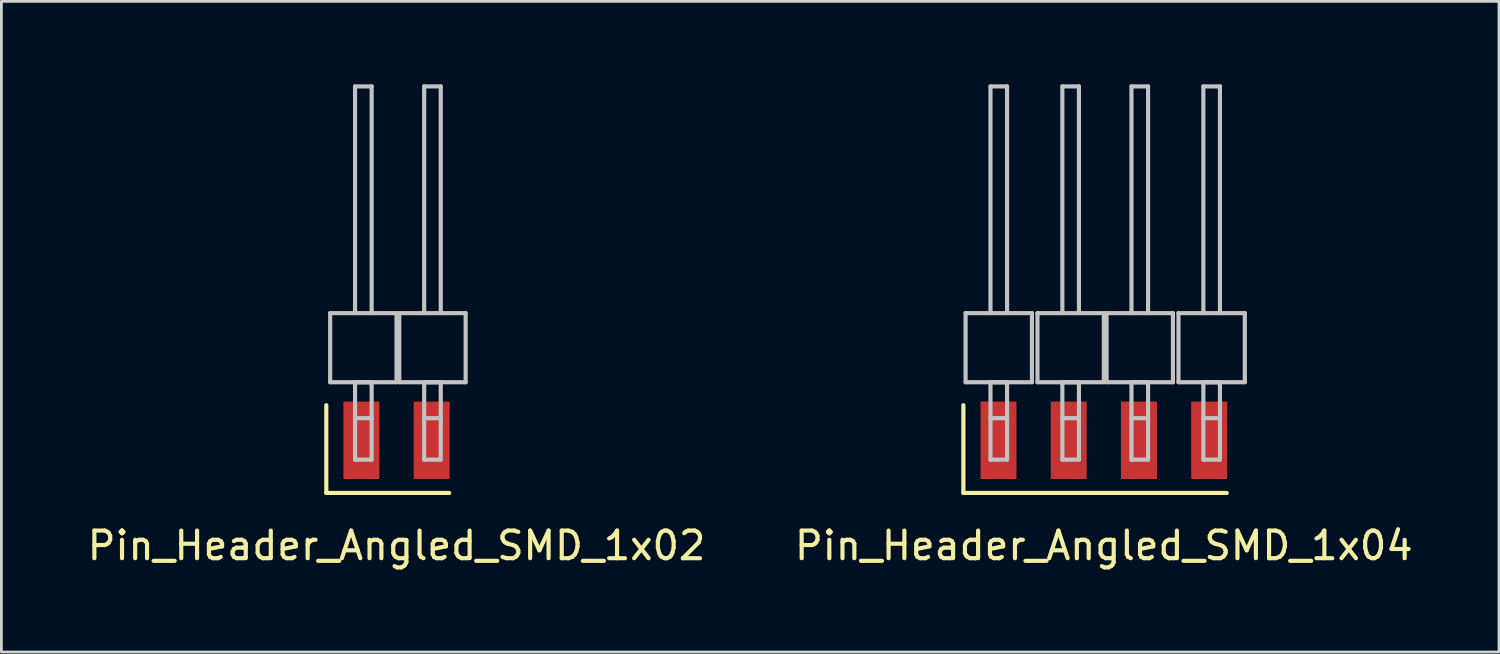
<source format=kicad_pcb>
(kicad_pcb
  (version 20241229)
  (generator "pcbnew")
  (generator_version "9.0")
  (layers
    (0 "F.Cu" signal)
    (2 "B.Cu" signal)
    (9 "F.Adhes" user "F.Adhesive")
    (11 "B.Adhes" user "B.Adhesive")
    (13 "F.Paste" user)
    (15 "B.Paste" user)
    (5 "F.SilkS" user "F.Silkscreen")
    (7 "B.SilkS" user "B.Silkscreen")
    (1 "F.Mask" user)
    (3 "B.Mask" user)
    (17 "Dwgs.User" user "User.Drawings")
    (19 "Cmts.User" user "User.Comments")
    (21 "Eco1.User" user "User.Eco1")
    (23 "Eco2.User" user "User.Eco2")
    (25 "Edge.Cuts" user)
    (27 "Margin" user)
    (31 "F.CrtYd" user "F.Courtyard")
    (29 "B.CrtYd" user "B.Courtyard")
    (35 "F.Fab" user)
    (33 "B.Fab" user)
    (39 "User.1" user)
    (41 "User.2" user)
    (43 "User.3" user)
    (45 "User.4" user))
  (footprint "Pin_Header_Angled_SMD_1x02"
    (layer "F.Cu")
    (at 11.292 12.875)
    (property "Reference" "Pin_Header_Angled_SMD_1x02" (at 0 3.81 0) (layer "F.SilkS") (effects (font (size 1 1) (thickness 0.15))))
    (attr through_hole)
    (fp_line (start -2.54 1.905) (end -2.54 -1.27) (stroke (width 0.15) (type solid)) (layer "F.SilkS"))
    (fp_line (start -1.5 -2.1) (end -0.9 -2.1) (stroke (width 0.15) (type solid)) (layer "F.SilkS"))
    (fp_line (start 1 -2.1) (end 1.6 -2.1) (stroke (width 0.15) (type solid)) (layer "F.SilkS"))
    (fp_line (start 1.905 1.905) (end -2.54 1.905) (stroke (width 0.15) (type solid)) (layer "F.SilkS"))
    (fp_line (start -2.4 -4.6) (end 0 -4.6) (stroke (width 0.15) (type solid)) (layer "Dwgs.User"))
    (fp_line (start -2.4 -2.1) (end -2.4 -4.6) (stroke (width 0.15) (type solid)) (layer "Dwgs.User"))
    (fp_line (start -2.4 -2.1) (end 0 -2.1) (stroke (width 0.15) (type solid)) (layer "Dwgs.User"))
    (fp_line (start -1.5 -12.8) (end -0.9 -12.8) (stroke (width 0.15) (type solid)) (layer "Dwgs.User"))
    (fp_line (start -1.5 -4.6) (end -1.5 -12.8) (stroke (width 0.15) (type solid)) (layer "Dwgs.User"))
    (fp_line (start -1.5 -0.8) (end -1.5 -2.1) (stroke (width 0.15) (type solid)) (layer "Dwgs.User"))
    (fp_line (start -1.5 0.7) (end -1.5 -0.8) (stroke (width 0.15) (type solid)) (layer "Dwgs.User"))
    (fp_line (start -1.5 0.7) (end -0.9 0.7) (stroke (width 0.15) (type solid)) (layer "Dwgs.User"))
    (fp_line (start -0.9 -12.8) (end -0.9 -4.6) (stroke (width 0.15) (type solid)) (layer "Dwgs.User"))
    (fp_line (start -0.9 -2.1) (end -0.9 -0.8) (stroke (width 0.15) (type solid)) (layer "Dwgs.User"))
    (fp_line (start -0.9 -0.8) (end -1.5 -0.8) (stroke (width 0.15) (type solid)) (layer "Dwgs.User"))
    (fp_line (start -0.9 0.7) (end -0.9 -0.8) (stroke (width 0.15) (type solid)) (layer "Dwgs.User"))
    (fp_line (start 0 -4.6) (end 0 -2.1) (stroke (width 0.15) (type solid)) (layer "Dwgs.User"))
    (fp_line (start 0.1 -4.6) (end 2.5 -4.6) (stroke (width 0.15) (type solid)) (layer "Dwgs.User"))
    (fp_line (start 0.1 -2.1) (end 0.1 -4.6) (stroke (width 0.15) (type solid)) (layer "Dwgs.User"))
    (fp_line (start 0.1 -2.1) (end 2.5 -2.1) (stroke (width 0.15) (type solid)) (layer "Dwgs.User"))
    (fp_line (start 1 -12.8) (end 1.6 -12.8) (stroke (width 0.15) (type solid)) (layer "Dwgs.User"))
    (fp_line (start 1 -4.6) (end 1 -12.8) (stroke (width 0.15) (type solid)) (layer "Dwgs.User"))
    (fp_line (start 1 -0.8) (end 1 -2.1) (stroke (width 0.15) (type solid)) (layer "Dwgs.User"))
    (fp_line (start 1 0.7) (end 1 -0.8) (stroke (width 0.15) (type solid)) (layer "Dwgs.User"))
    (fp_line (start 1 0.7) (end 1.6 0.7) (stroke (width 0.15) (type solid)) (layer "Dwgs.User"))
    (fp_line (start 1.6 -12.8) (end 1.6 -4.6) (stroke (width 0.15) (type solid)) (layer "Dwgs.User"))
    (fp_line (start 1.6 -2.1) (end 1.6 -0.8) (stroke (width 0.15) (type solid)) (layer "Dwgs.User"))
    (fp_line (start 1.6 -0.8) (end 1 -0.8) (stroke (width 0.15) (type solid)) (layer "Dwgs.User"))
    (fp_line (start 1.6 0.7) (end 1.6 -0.8) (stroke (width 0.15) (type solid)) (layer "Dwgs.User"))
    (fp_line (start 2.5 -4.6) (end 2.5 -2.1) (stroke (width 0.15) (type solid)) (layer "Dwgs.User"))
    (pad "1" smd rect (at -1.27 0) (size 1.3 2.8) (layers "F.Cu" "F.Mask" "F.Paste"))
    (pad "2" smd rect (at 1.27 0) (size 1.3 2.8) (layers "F.Cu" "F.Mask" "F.Paste")))
  (footprint "Pin_Header_Angled_SMD_1x04"
    (layer "F.Cu")
    (at 36.875 12.875)
    (property "Reference" "Pin_Header_Angled_SMD_1x04" (at 0 3.81 0) (layer "F.SilkS") (effects (font (size 1 1) (thickness 0.15))))
    (attr through_hole)
    (fp_line (start -5.08 1.905) (end -5.08 -1.27) (stroke (width 0.15) (type solid)) (layer "F.SilkS"))
    (fp_line (start -4.1 -2.1) (end -3.5 -2.1) (stroke (width 0.15) (type solid)) (layer "F.SilkS"))
    (fp_line (start -1.5 -2.1) (end -0.9 -2.1) (stroke (width 0.15) (type solid)) (layer "F.SilkS"))
    (fp_line (start 1 -2.1) (end 1.6 -2.1) (stroke (width 0.15) (type solid)) (layer "F.SilkS"))
    (fp_line (start 3.6 -2.1) (end 4.2 -2.1) (stroke (width 0.15) (type solid)) (layer "F.SilkS"))
    (fp_line (start 4.445 1.905) (end -5.08 1.905) (stroke (width 0.15) (type solid)) (layer "F.SilkS"))
    (fp_line (start -5 -4.6) (end -2.6 -4.6) (stroke (width 0.15) (type solid)) (layer "Dwgs.User"))
    (fp_line (start -5 -2.1) (end -5 -4.6) (stroke (width 0.15) (type solid)) (layer "Dwgs.User"))
    (fp_line (start -5 -2.1) (end -2.6 -2.1) (stroke (width 0.15) (type solid)) (layer "Dwgs.User"))
    (fp_line (start -4.1 -12.8) (end -3.5 -12.8) (stroke (width 0.15) (type solid)) (layer "Dwgs.User"))
    (fp_line (start -4.1 -4.6) (end -4.1 -12.8) (stroke (width 0.15) (type solid)) (layer "Dwgs.User"))
    (fp_line (start -4.1 -0.8) (end -4.1 -2.1) (stroke (width 0.15) (type solid)) (layer "Dwgs.User"))
    (fp_line (start -4.1 0.7) (end -4.1 -0.8) (stroke (width 0.15) (type solid)) (layer "Dwgs.User"))
    (fp_line (start -4.1 0.7) (end -3.5 0.7) (stroke (width 0.15) (type solid)) (layer "Dwgs.User"))
    (fp_line (start -3.5 -12.8) (end -3.5 -4.6) (stroke (width 0.15) (type solid)) (layer "Dwgs.User"))
    (fp_line (start -3.5 -2.1) (end -3.5 -0.8) (stroke (width 0.15) (type solid)) (layer "Dwgs.User"))
    (fp_line (start -3.5 -0.8) (end -4.1 -0.8) (stroke (width 0.15) (type solid)) (layer "Dwgs.User"))
    (fp_line (start -3.5 0.7) (end -3.5 -0.8) (stroke (width 0.15) (type solid)) (layer "Dwgs.User"))
    (fp_line (start -2.6 -4.6) (end -2.6 -2.1) (stroke (width 0.15) (type solid)) (layer "Dwgs.User"))
    (fp_line (start -2.4 -4.6) (end 0 -4.6) (stroke (width 0.15) (type solid)) (layer "Dwgs.User"))
    (fp_line (start -2.4 -2.1) (end -2.4 -4.6) (stroke (width 0.15) (type solid)) (layer "Dwgs.User"))
    (fp_line (start -2.4 -2.1) (end 0 -2.1) (stroke (width 0.15) (type solid)) (layer "Dwgs.User"))
    (fp_line (start -1.5 -12.8) (end -0.9 -12.8) (stroke (width 0.15) (type solid)) (layer "Dwgs.User"))
    (fp_line (start -1.5 -4.6) (end -1.5 -12.8) (stroke (width 0.15) (type solid)) (layer "Dwgs.User"))
    (fp_line (start -1.5 -0.8) (end -1.5 -2.1) (stroke (width 0.15) (type solid)) (layer "Dwgs.User"))
    (fp_line (start -1.5 0.7) (end -1.5 -0.8) (stroke (width 0.15) (type solid)) (layer "Dwgs.User"))
    (fp_line (start -1.5 0.7) (end -0.9 0.7) (stroke (width 0.15) (type solid)) (layer "Dwgs.User"))
    (fp_line (start -0.9 -12.8) (end -0.9 -4.6) (stroke (width 0.15) (type solid)) (layer "Dwgs.User"))
    (fp_line (start -0.9 -2.1) (end -0.9 -0.8) (stroke (width 0.15) (type solid)) (layer "Dwgs.User"))
    (fp_line (start -0.9 -0.8) (end -1.5 -0.8) (stroke (width 0.15) (type solid)) (layer "Dwgs.User"))
    (fp_line (start -0.9 0.7) (end -0.9 -0.8) (stroke (width 0.15) (type solid)) (layer "Dwgs.User"))
    (fp_line (start 0 -4.6) (end 0 -2.1) (stroke (width 0.15) (type solid)) (layer "Dwgs.User"))
    (fp_line (start 0.1 -4.6) (end 2.5 -4.6) (stroke (width 0.15) (type solid)) (layer "Dwgs.User"))
    (fp_line (start 0.1 -2.1) (end 0.1 -4.6) (stroke (width 0.15) (type solid)) (layer "Dwgs.User"))
    (fp_line (start 0.1 -2.1) (end 2.5 -2.1) (stroke (width 0.15) (type solid)) (layer "Dwgs.User"))
    (fp_line (start 1 -12.8) (end 1.6 -12.8) (stroke (width 0.15) (type solid)) (layer "Dwgs.User"))
    (fp_line (start 1 -4.6) (end 1 -12.8) (stroke (width 0.15) (type solid)) (layer "Dwgs.User"))
    (fp_line (start 1 -0.8) (end 1 -2.1) (stroke (width 0.15) (type solid)) (layer "Dwgs.User"))
    (fp_line (start 1 0.7) (end 1 -0.8) (stroke (width 0.15) (type solid)) (layer "Dwgs.User"))
    (fp_line (start 1 0.7) (end 1.6 0.7) (stroke (width 0.15) (type solid)) (layer "Dwgs.User"))
    (fp_line (start 1.6 -12.8) (end 1.6 -4.6) (stroke (width 0.15) (type solid)) (layer "Dwgs.User"))
    (fp_line (start 1.6 -2.1) (end 1.6 -0.8) (stroke (width 0.15) (type solid)) (layer "Dwgs.User"))
    (fp_line (start 1.6 -0.8) (end 1 -0.8) (stroke (width 0.15) (type solid)) (layer "Dwgs.User"))
    (fp_line (start 1.6 0.7) (end 1.6 -0.8) (stroke (width 0.15) (type solid)) (layer "Dwgs.User"))
    (fp_line (start 2.5 -4.6) (end 2.5 -2.1) (stroke (width 0.15) (type solid)) (layer "Dwgs.User"))
    (fp_line (start 2.7 -4.6) (end 5.1 -4.6) (stroke (width 0.15) (type solid)) (layer "Dwgs.User"))
    (fp_line (start 2.7 -2.1) (end 2.7 -4.6) (stroke (width 0.15) (type solid)) (layer "Dwgs.User"))
    (fp_line (start 2.7 -2.1) (end 5.1 -2.1) (stroke (width 0.15) (type solid)) (layer "Dwgs.User"))
    (fp_line (start 3.6 -12.8) (end 4.2 -12.8) (stroke (width 0.15) (type solid)) (layer "Dwgs.User"))
    (fp_line (start 3.6 -4.6) (end 3.6 -12.8) (stroke (width 0.15) (type solid)) (layer "Dwgs.User"))
    (fp_line (start 3.6 -0.8) (end 3.6 -2.1) (stroke (width 0.15) (type solid)) (layer "Dwgs.User"))
    (fp_line (start 3.6 0.7) (end 3.6 -0.8) (stroke (width 0.15) (type solid)) (layer "Dwgs.User"))
    (fp_line (start 3.6 0.7) (end 4.2 0.7) (stroke (width 0.15) (type solid)) (layer "Dwgs.User"))
    (fp_line (start 4.2 -12.8) (end 4.2 -4.6) (stroke (width 0.15) (type solid)) (layer "Dwgs.User"))
    (fp_line (start 4.2 -2.1) (end 4.2 -0.8) (stroke (width 0.15) (type solid)) (layer "Dwgs.User"))
    (fp_line (start 4.2 -0.8) (end 3.6 -0.8) (stroke (width 0.15) (type solid)) (layer "Dwgs.User"))
    (fp_line (start 4.2 0.7) (end 4.2 -0.8) (stroke (width 0.15) (type solid)) (layer "Dwgs.User"))
    (fp_line (start 5.1 -4.6) (end 5.1 -2.1) (stroke (width 0.15) (type solid)) (layer "Dwgs.User"))
    (pad "1" smd rect (at -3.81 0) (size 1.3 2.8) (layers "F.Cu" "F.Mask" "F.Paste"))
    (pad "2" smd rect (at -1.27 0) (size 1.3 2.8) (layers "F.Cu" "F.Mask" "F.Paste"))
    (pad "3" smd rect (at 1.27 0) (size 1.3 2.8) (layers "F.Cu" "F.Mask" "F.Paste"))
    (pad "4" smd rect (at 3.81 0) (size 1.3 2.8) (layers "F.Cu" "F.Mask" "F.Paste")))
  (gr_rect
    (start -3 -3)
    (end 51.167 20.533)
    (stroke (width 0.1) (type default))
    (fill no)
    (layer "Edge.Cuts")))
</source>
